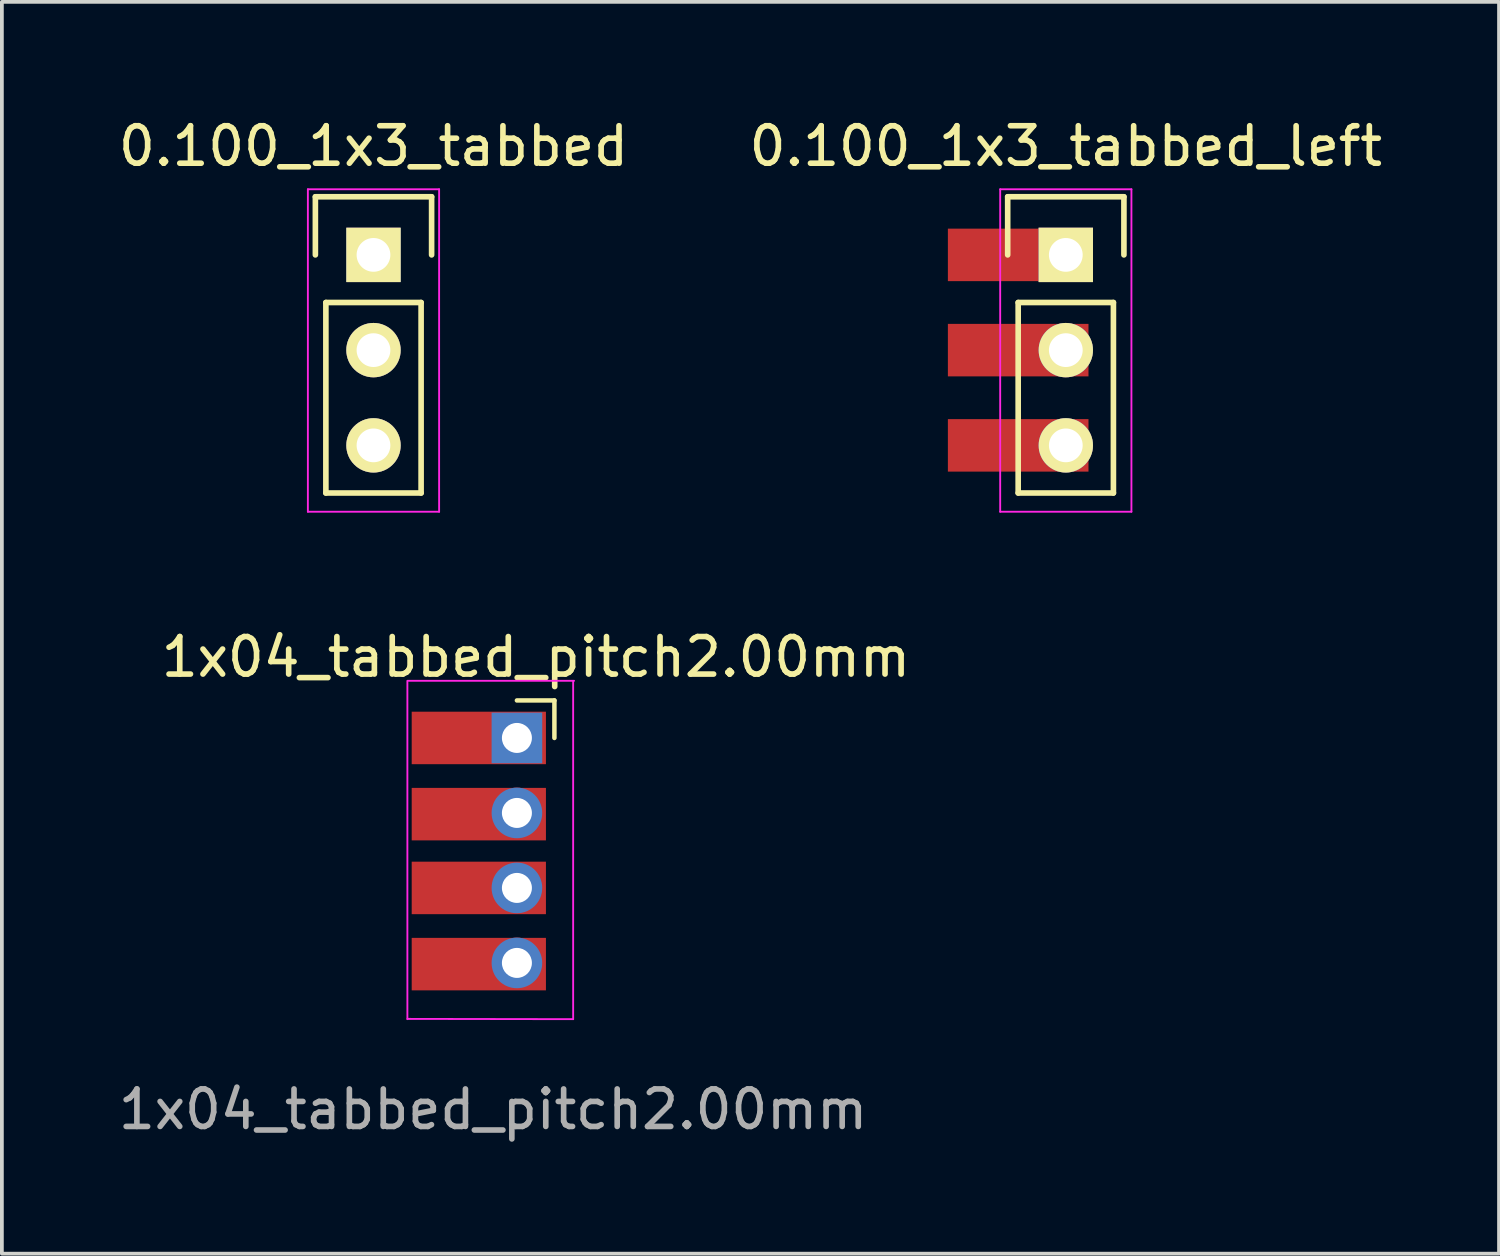
<source format=kicad_pcb>
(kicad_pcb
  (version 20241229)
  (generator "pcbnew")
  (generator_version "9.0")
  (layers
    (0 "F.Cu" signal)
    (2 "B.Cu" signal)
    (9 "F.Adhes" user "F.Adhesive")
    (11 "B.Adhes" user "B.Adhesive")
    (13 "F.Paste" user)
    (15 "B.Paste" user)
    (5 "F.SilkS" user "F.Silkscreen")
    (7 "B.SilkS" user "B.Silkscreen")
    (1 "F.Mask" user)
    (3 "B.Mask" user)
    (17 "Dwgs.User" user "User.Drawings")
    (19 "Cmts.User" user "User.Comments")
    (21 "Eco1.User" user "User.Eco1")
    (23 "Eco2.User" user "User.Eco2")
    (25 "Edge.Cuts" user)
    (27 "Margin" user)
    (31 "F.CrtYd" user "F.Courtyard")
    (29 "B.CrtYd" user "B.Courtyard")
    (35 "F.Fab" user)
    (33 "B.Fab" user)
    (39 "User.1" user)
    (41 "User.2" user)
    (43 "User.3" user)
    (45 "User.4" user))
  (footprint "0.100_1x3_tabbed_left"
    (layer "F.Cu")
    (at 25.375 6.288)
    (property "Reference" "0.100_1x3_tabbed_left" (at 0 -5.44 0) (layer "F.SilkS") (effects (font (size 1 1) (thickness 0.15))))
    (attr through_hole)
    (fp_line (start -1.55 -4.09) (end 1.55 -4.09) (stroke (width 0.15) (type solid)) (layer "F.SilkS"))
    (fp_line (start -1.55 -2.54) (end -1.55 -4.09) (stroke (width 0.15) (type solid)) (layer "F.SilkS"))
    (fp_line (start -1.27 -1.27) (end -1.27 3.81) (stroke (width 0.15) (type solid)) (layer "F.SilkS"))
    (fp_line (start -1.27 3.81) (end 1.27 3.81) (stroke (width 0.15) (type solid)) (layer "F.SilkS"))
    (fp_line (start 1.27 -1.27) (end -1.27 -1.27) (stroke (width 0.15) (type solid)) (layer "F.SilkS"))
    (fp_line (start 1.27 3.81) (end 1.27 -1.27) (stroke (width 0.15) (type solid)) (layer "F.SilkS"))
    (fp_line (start 1.55 -4.09) (end 1.55 -2.54) (stroke (width 0.15) (type solid)) (layer "F.SilkS"))
    (fp_line (start -1.75 -4.29) (end -1.75 4.31) (stroke (width 0.05) (type solid)) (layer "F.CrtYd"))
    (fp_line (start -1.75 -4.29) (end 1.75 -4.29) (stroke (width 0.05) (type solid)) (layer "F.CrtYd"))
    (fp_line (start -1.75 4.31) (end 1.75 4.31) (stroke (width 0.05) (type solid)) (layer "F.CrtYd"))
    (fp_line (start 1.75 -4.29) (end 1.75 4.31) (stroke (width 0.05) (type solid)) (layer "F.CrtYd"))
    (pad "1" smd rect (at -1.27 -2.54) (size 3.75 1.4) (layers "F.Cu" "F.Mask"))
    (pad "1" thru_hole rect (at 0 -2.54) (size 1.45 1.45) (drill 0.9) (layers "*.Cu" "*.Mask" "F.SilkS"))
    (pad "2" smd rect (at -1.27 0) (size 3.75 1.4) (layers "F.Cu" "F.Mask"))
    (pad "2" thru_hole oval (at 0 0) (size 1.45 1.45) (drill 0.9) (layers "*.Cu" "*.Mask" "F.SilkS"))
    (pad "3" smd rect (at -1.27 2.54) (size 3.75 1.4) (layers "F.Cu" "F.Mask"))
    (pad "3" thru_hole oval (at 0 2.54) (size 1.45 1.45) (drill 0.9) (layers "*.Cu" "*.Mask" "F.SilkS")))
  (footprint "1x04_tabbed_pitch2.00mm"
    (layer "F.Cu")
    (at 10.736 16.631)
    (property "Reference" "1x04_tabbed_pitch2.00mm" (at 0.508 -2.159 0) (layer "F.SilkS") (effects (font (size 1 1) (thickness 0.15))))
    (attr through_hole)
    (fp_line (start 0 -1) (end 1 -1) (stroke (width 0.12) (type solid)) (layer "F.SilkS"))
    (fp_line (start 1 -1) (end 1 0) (stroke (width 0.12) (type solid)) (layer "F.SilkS"))
    (fp_line (start -2.921 -1.524) (end 1.524 -1.524) (stroke (width 0.05) (type solid)) (layer "F.CrtYd"))
    (fp_line (start -2.921 7.5) (end -2.921 -1.5) (stroke (width 0.05) (type solid)) (layer "F.CrtYd"))
    (fp_line (start 1.5 -1.5) (end 1.5 7.5) (stroke (width 0.05) (type solid)) (layer "F.CrtYd"))
    (fp_line (start 1.5 7.5) (end -2.921 7.493) (stroke (width 0.05) (type solid)) (layer "F.CrtYd"))
    (fp_line (start 0 -0.25) (end 0 0.25) (stroke (width 0.1) (type solid)) (layer "F.Fab"))
    (fp_line (start 0 1.75) (end 0 2.25) (stroke (width 0.1) (type solid)) (layer "F.Fab"))
    (fp_line (start 0 3.75) (end 0 4.25) (stroke (width 0.1) (type solid)) (layer "F.Fab"))
    (fp_line (start 0 5.75) (end 0 6.25) (stroke (width 0.1) (type solid)) (layer "F.Fab"))
    (fp_text user "${REFERENCE}" (at -0.635 9.906 0) (layer "F.Fab") (effects (font (size 1 1) (thickness 0.15))))
    (pad "1" smd rect (at -1.016 0) (size 3.58 1.4) (layers "F.Cu" "F.Mask"))
    (pad "1" thru_hole rect (at 0 0) (size 1.35 1.35) (drill 0.8) (layers "*.Cu" "*.Mask"))
    (pad "2" smd rect (at -1.016 2.032) (size 3.58 1.4) (layers "F.Cu" "F.Mask"))
    (pad "2" thru_hole oval (at 0 2) (size 1.35 1.35) (drill 0.8) (layers "*.Cu" "*.Mask"))
    (pad "3" smd rect (at -1.016 4) (size 3.58 1.4) (layers "F.Cu" "F.Mask"))
    (pad "3" thru_hole oval (at 0 4) (size 1.35 1.35) (drill 0.8) (layers "*.Cu" "*.Mask"))
    (pad "4" smd rect (at -1.016 6.032) (size 3.58 1.4) (layers "F.Cu" "F.Mask"))
    (pad "4" thru_hole oval (at 0 6) (size 1.35 1.35) (drill 0.8) (layers "*.Cu" "*.Mask")))
  (footprint "0.100_1x3_tabbed"
    (layer "F.Cu")
    (at 6.911 6.288)
    (property "Reference" "0.100_1x3_tabbed" (at 0 -5.44 0) (layer "F.SilkS") (effects (font (size 1 1) (thickness 0.15))))
    (attr through_hole)
    (fp_line (start -1.55 -4.09) (end 1.55 -4.09) (stroke (width 0.15) (type solid)) (layer "F.SilkS"))
    (fp_line (start -1.55 -2.54) (end -1.55 -4.09) (stroke (width 0.15) (type solid)) (layer "F.SilkS"))
    (fp_line (start -1.27 -1.27) (end -1.27 3.81) (stroke (width 0.15) (type solid)) (layer "F.SilkS"))
    (fp_line (start -1.27 3.81) (end 1.27 3.81) (stroke (width 0.15) (type solid)) (layer "F.SilkS"))
    (fp_line (start 1.27 -1.27) (end -1.27 -1.27) (stroke (width 0.15) (type solid)) (layer "F.SilkS"))
    (fp_line (start 1.27 3.81) (end 1.27 -1.27) (stroke (width 0.15) (type solid)) (layer "F.SilkS"))
    (fp_line (start 1.55 -4.09) (end 1.55 -2.54) (stroke (width 0.15) (type solid)) (layer "F.SilkS"))
    (fp_line (start -1.75 -4.29) (end -1.75 4.31) (stroke (width 0.05) (type solid)) (layer "F.CrtYd"))
    (fp_line (start -1.75 -4.29) (end 1.75 -4.29) (stroke (width 0.05) (type solid)) (layer "F.CrtYd"))
    (fp_line (start -1.75 4.31) (end 1.75 4.31) (stroke (width 0.05) (type solid)) (layer "F.CrtYd"))
    (fp_line (start 1.75 -4.29) (end 1.75 4.31) (stroke (width 0.05) (type solid)) (layer "F.CrtYd"))
    (pad "1" thru_hole rect (at 0 -2.54) (size 1.45 1.45) (drill 0.9) (layers "*.Cu" "*.Mask" "F.SilkS"))
    (pad "2" thru_hole oval (at 0 0) (size 1.45 1.45) (drill 0.9) (layers "*.Cu" "*.Mask" "F.SilkS"))
    (pad "3" thru_hole oval (at 0 2.54) (size 1.45 1.45) (drill 0.9) (layers "*.Cu" "*.Mask" "F.SilkS")))
  (gr_rect
    (start -3 -3)
    (end 36.929 30.385)
    (stroke (width 0.1) (type default))
    (fill no)
    (layer "Edge.Cuts")))
</source>
